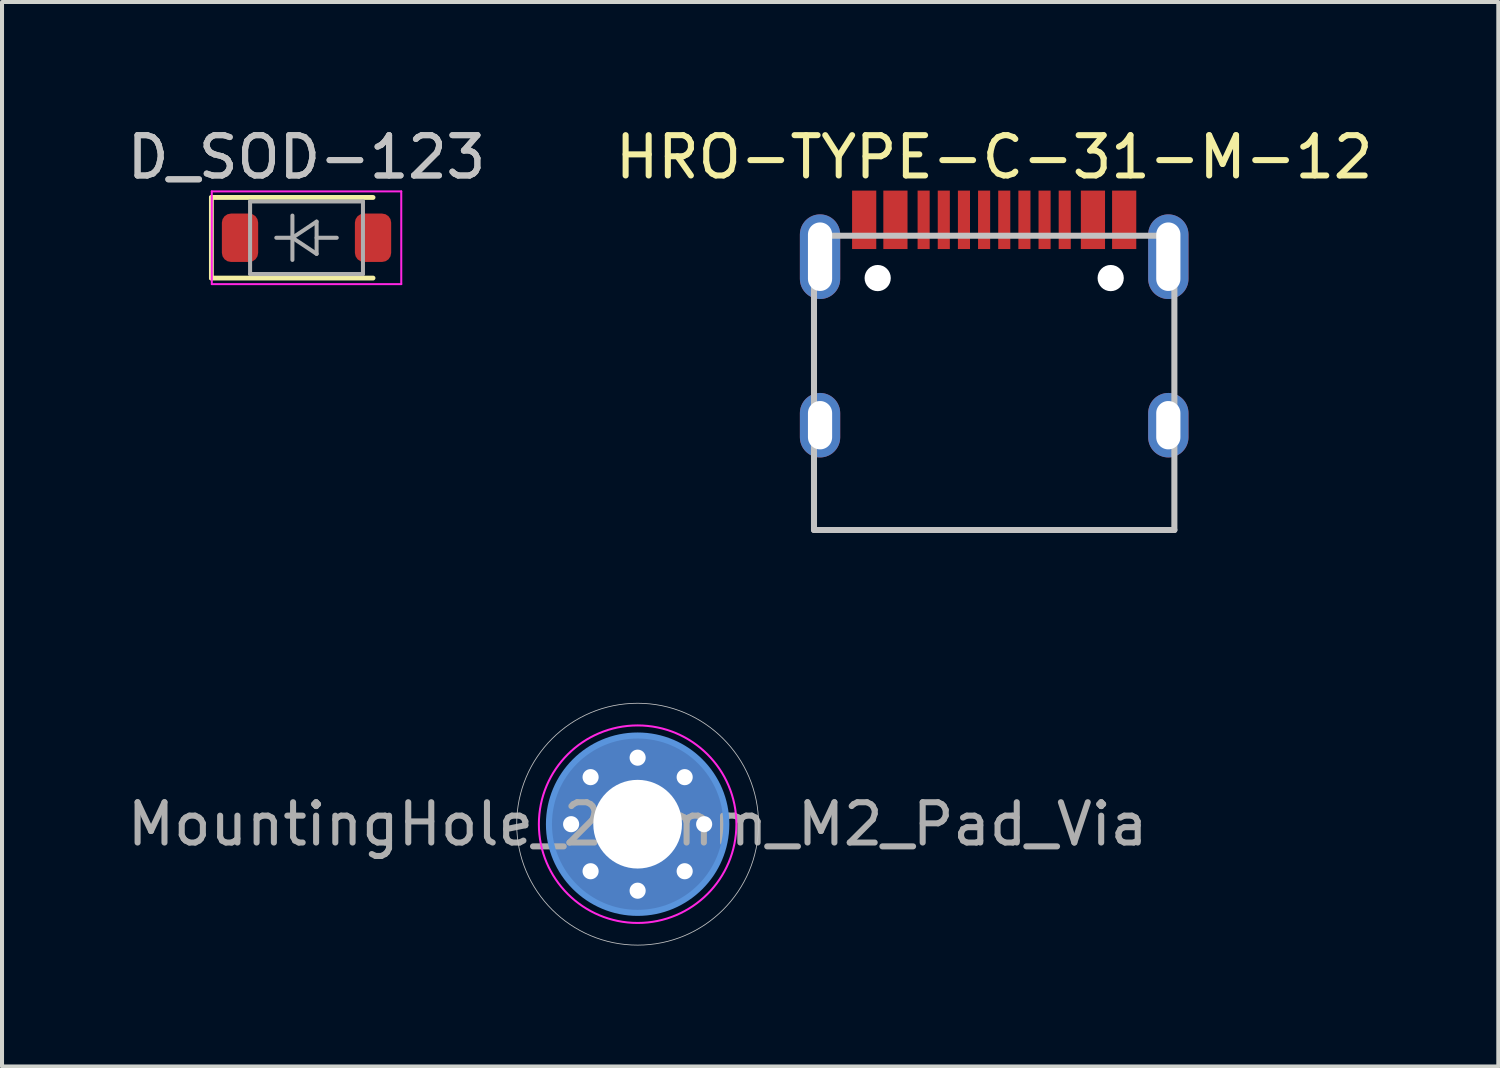
<source format=kicad_pcb>
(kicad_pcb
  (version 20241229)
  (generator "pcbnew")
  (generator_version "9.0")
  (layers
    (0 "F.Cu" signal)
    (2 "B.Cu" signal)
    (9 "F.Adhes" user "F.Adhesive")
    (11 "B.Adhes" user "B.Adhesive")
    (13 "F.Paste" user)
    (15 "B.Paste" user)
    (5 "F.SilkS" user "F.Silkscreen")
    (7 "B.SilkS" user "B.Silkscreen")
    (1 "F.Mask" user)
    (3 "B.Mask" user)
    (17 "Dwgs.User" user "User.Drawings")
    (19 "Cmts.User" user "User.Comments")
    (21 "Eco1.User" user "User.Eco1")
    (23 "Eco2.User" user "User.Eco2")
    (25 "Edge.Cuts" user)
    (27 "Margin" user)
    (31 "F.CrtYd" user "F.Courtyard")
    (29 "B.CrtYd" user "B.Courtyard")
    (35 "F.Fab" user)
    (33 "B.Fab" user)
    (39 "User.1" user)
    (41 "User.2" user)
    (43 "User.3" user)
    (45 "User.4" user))
  (footprint "MountingHole_2.2mm_M2_Pad_Via"
    (layer "F.Cu")
    (at 12.768 17.396)
    (property "Reference" "MountingHole_2.2mm_M2_Pad_Via" (at 0 -3.2 0) (layer "User.1") (effects (font (size 1 1) (thickness 0.15))))
    (attr exclude_from_pos_files exclude_from_bom)
    (fp_circle (center 0 0) (end 3 0) (stroke (width 0.02) (type default)) (fill no) (layer "Dwgs.User"))
    (fp_circle (center 0 0) (end 2.2 0) (stroke (width 0.15) (type solid)) (fill no) (layer "Cmts.User"))
    (fp_circle (center 0 0) (end 2.45 0) (stroke (width 0.05) (type solid)) (fill no) (layer "F.CrtYd"))
    (fp_text user "${REFERENCE}" (at 0 0 0) (layer "F.Fab") (effects (font (size 1 1) (thickness 0.15))))
    (pad "1" thru_hole circle (at -1.65 0) (size 0.7 0.7) (drill 0.4) (layers "*.Cu" "*.Mask"))
    (pad "1" thru_hole circle (at -1.167 -1.167) (size 0.7 0.7) (drill 0.4) (layers "*.Cu" "*.Mask"))
    (pad "1" thru_hole circle (at -1.167 1.167) (size 0.7 0.7) (drill 0.4) (layers "*.Cu" "*.Mask"))
    (pad "1" thru_hole circle (at 0 -1.65) (size 0.7 0.7) (drill 0.4) (layers "*.Cu" "*.Mask"))
    (pad "1" thru_hole circle (at 0 0) (size 4.4 4.4) (drill 2.2) (layers "*.Cu" "*.Mask"))
    (pad "1" thru_hole circle (at 0 1.65) (size 0.7 0.7) (drill 0.4) (layers "*.Cu" "*.Mask"))
    (pad "1" thru_hole circle (at 1.167 -1.167) (size 0.7 0.7) (drill 0.4) (layers "*.Cu" "*.Mask"))
    (pad "1" thru_hole circle (at 1.167 1.167) (size 0.7 0.7) (drill 0.4) (layers "*.Cu" "*.Mask"))
    (pad "1" thru_hole circle (at 1.65 0) (size 0.7 0.7) (drill 0.4) (layers "*.Cu" "*.Mask")))
  (footprint "D_SOD-123"
    (layer "F.Cu")
    (at 4.554 2.848)
    (property "Reference" "D_SOD-123" (at 0 -2 0) (layer "Dwgs.User") (effects (font (size 1 1) (thickness 0.15))))
    (attr smd)
    (fp_line (start -2.36 -1) (end -2.36 1) (stroke (width 0.12) (type solid)) (layer "F.SilkS"))
    (fp_line (start -2.36 -1) (end 1.65 -1) (stroke (width 0.12) (type solid)) (layer "F.SilkS"))
    (fp_line (start -2.36 1) (end 1.65 1) (stroke (width 0.12) (type solid)) (layer "F.SilkS"))
    (fp_line (start -2.35 -1.15) (end -2.35 1.15) (stroke (width 0.05) (type solid)) (layer "F.CrtYd"))
    (fp_line (start -2.35 -1.15) (end 2.35 -1.15) (stroke (width 0.05) (type solid)) (layer "F.CrtYd"))
    (fp_line (start 2.35 -1.15) (end 2.35 1.15) (stroke (width 0.05) (type solid)) (layer "F.CrtYd"))
    (fp_line (start 2.35 1.15) (end -2.35 1.15) (stroke (width 0.05) (type solid)) (layer "F.CrtYd"))
    (fp_line (start -1.4 -0.9) (end 1.4 -0.9) (stroke (width 0.1) (type solid)) (layer "F.Fab"))
    (fp_line (start -1.4 0.9) (end -1.4 -0.9) (stroke (width 0.1) (type solid)) (layer "F.Fab"))
    (fp_line (start -0.75 0) (end -0.35 0) (stroke (width 0.1) (type solid)) (layer "F.Fab"))
    (fp_line (start -0.35 0) (end -0.35 -0.55) (stroke (width 0.1) (type solid)) (layer "F.Fab"))
    (fp_line (start -0.35 0) (end -0.35 0.55) (stroke (width 0.1) (type solid)) (layer "F.Fab"))
    (fp_line (start -0.35 0) (end 0.25 -0.4) (stroke (width 0.1) (type solid)) (layer "F.Fab"))
    (fp_line (start 0.25 -0.4) (end 0.25 0.4) (stroke (width 0.1) (type solid)) (layer "F.Fab"))
    (fp_line (start 0.25 0) (end 0.75 0) (stroke (width 0.1) (type solid)) (layer "F.Fab"))
    (fp_line (start 0.25 0.4) (end -0.35 0) (stroke (width 0.1) (type solid)) (layer "F.Fab"))
    (fp_line (start 1.4 -0.9) (end 1.4 0.9) (stroke (width 0.1) (type solid)) (layer "F.Fab"))
    (fp_line (start 1.4 0.9) (end -1.4 0.9) (stroke (width 0.1) (type solid)) (layer "F.Fab"))
    (fp_text user "${REFERENCE}" (at 0 -2 0) (layer "F.Fab") (effects (font (size 1 1) (thickness 0.15))))
    (pad "1" smd roundrect (at -1.65 0) (size 0.9 1.2) (layers "F.Cu" "F.Mask" "F.Paste") (roundrect_rratio 0.25))
    (pad "2" smd roundrect (at 1.65 0) (size 0.9 1.2) (layers "F.Cu" "F.Mask" "F.Paste") (roundrect_rratio 0.25)))
  (footprint "HRO-TYPE-C-31-M-12"
    (layer "F.Cu")
    (at 21.613 10.098)
    (property "Reference" "HRO-TYPE-C-31-M-12" (at 0 -9.25 0) (layer "F.SilkS") (effects (font (size 1 1) (thickness 0.15))))
    (attr smd)
    (fp_line (start -4.47 -7.3) (end 4.47 -7.3) (stroke (width 0.15) (type solid)) (layer "Dwgs.User"))
    (fp_line (start -4.47 0) (end -4.47 -7.3) (stroke (width 0.15) (type solid)) (layer "Dwgs.User"))
    (fp_line (start -4.47 0) (end 4.47 0) (stroke (width 0.15) (type solid)) (layer "Dwgs.User"))
    (fp_line (start 4.47 0) (end 4.47 -7.3) (stroke (width 0.15) (type solid)) (layer "Dwgs.User"))
    (pad "" np_thru_hole circle (at -2.89 -6.25) (size 0.65 0.65) (drill 0.65) (layers "*.Cu" "*.Mask"))
    (pad "" np_thru_hole circle (at 2.89 -6.25) (size 0.65 0.65) (drill 0.65) (layers "*.Cu" "*.Mask"))
    (pad "1" smd rect (at -3.225 -7.695) (size 0.6 1.45) (layers "F.Cu" "F.Mask" "F.Paste"))
    (pad "2" smd rect (at -2.45 -7.695) (size 0.6 1.45) (layers "F.Cu" "F.Mask" "F.Paste"))
    (pad "3" smd rect (at -1.75 -7.695) (size 0.3 1.45) (layers "F.Cu" "F.Mask" "F.Paste"))
    (pad "4" smd rect (at -1.25 -7.695) (size 0.3 1.45) (layers "F.Cu" "F.Mask" "F.Paste"))
    (pad "5" smd rect (at -0.75 -7.695) (size 0.3 1.45) (layers "F.Cu" "F.Mask" "F.Paste"))
    (pad "6" smd rect (at -0.25 -7.695) (size 0.3 1.45) (layers "F.Cu" "F.Mask" "F.Paste"))
    (pad "7" smd rect (at 0.25 -7.695) (size 0.3 1.45) (layers "F.Cu" "F.Mask" "F.Paste"))
    (pad "8" smd rect (at 0.75 -7.695) (size 0.3 1.45) (layers "F.Cu" "F.Mask" "F.Paste"))
    (pad "9" smd rect (at 1.25 -7.695) (size 0.3 1.45) (layers "F.Cu" "F.Mask" "F.Paste"))
    (pad "10" smd rect (at 1.75 -7.695) (size 0.3 1.45) (layers "F.Cu" "F.Mask" "F.Paste"))
    (pad "11" smd rect (at 2.45 -7.695) (size 0.6 1.45) (layers "F.Cu" "F.Mask" "F.Paste"))
    (pad "12" smd rect (at 3.225 -7.695) (size 0.6 1.45) (layers "F.Cu" "F.Mask" "F.Paste"))
    (pad "13" thru_hole oval (at -4.32 -6.78) (size 1 2.1) (drill oval 0.6 1.7) (layers "*.Cu" "B.Mask"))
    (pad "13" thru_hole oval (at -4.32 -2.6) (size 1 1.6) (drill oval 0.6 1.2) (layers "*.Cu" "B.Mask"))
    (pad "13" thru_hole oval (at 4.32 -6.78) (size 1 2.1) (drill oval 0.6 1.7) (layers "*.Cu" "B.Mask"))
    (pad "13" thru_hole oval (at 4.32 -2.6) (size 1 1.6) (drill oval 0.6 1.2) (layers "*.Cu" "B.Mask")))
  (gr_rect
    (start -3 -3)
    (end 34.119 23.407)
    (stroke (width 0.1) (type default))
    (fill no)
    (layer "Edge.Cuts")))
</source>
